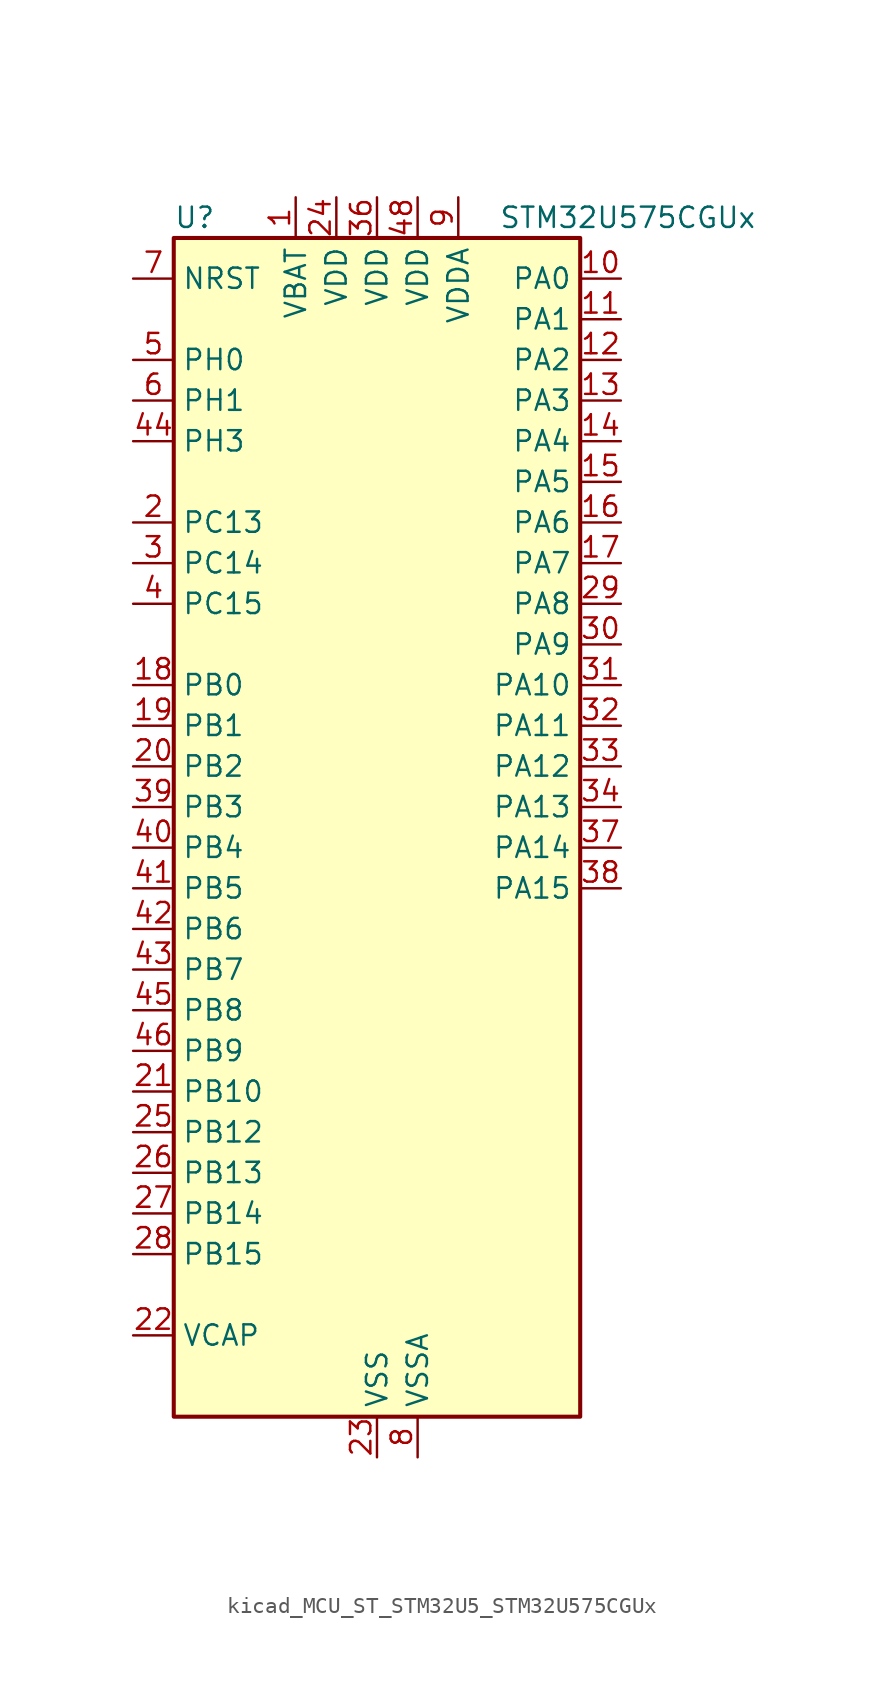
<source format=kicad_sym>
(kicad_symbol_lib
  (version 20220914)
  (generator kicad_symbol_editor)
  (symbol "kicad_MCU_ST_STM32U5_STM32U575CGUx"
    (property "Reference" "U"
      (at -12.7 39.37 0)
      (effects (font (size 1.27 1.27)) (justify left)))
    (property "Value" "STM32U575CGUx"
      (at 7.62 39.37 0)
      (effects (font (size 1.27 1.27)) (justify left)))
    (property "ki_locked" ""
      (at 0 0 0)
      (effects (font (size 1.27 1.27))))
    (symbol "kicad_MCU_ST_STM32U5_STM32U575CGUx_0_1"
      (rectangle (start -12.7 -35.56) (end 12.7 38.1) (stroke (width 0.254) (type default)) (fill (type background))))
    (symbol "kicad_MCU_ST_STM32U5_STM32U575CGUx_1_1"
      (pin power_in line (at -5.08 40.64 270) (length 2.54) (name "VBAT" (effects (font (size 1.27 1.27)))) (number "1" (effects (font (size 1.27 1.27)))))
      (pin bidirectional line (at 15.24 35.56 180) (length 2.54) (name "PA0" (effects (font (size 1.27 1.27)))) (number "10" (effects (font (size 1.27 1.27)))) (alternate "ADC1_IN5" bidirectional line) (alternate "AUDIOCLK" bidirectional line) (alternate "OCTOSPIM_P2_NCS" bidirectional line) (alternate "OPAMP1_VINP" bidirectional line) (alternate "PWR_WKUP1" bidirectional line) (alternate "SPI3_RDY" bidirectional line) (alternate "TAMP_IN2" bidirectional line) (alternate "TAMP_OUT1" bidirectional line) (alternate "TIM2_CH1" bidirectional line) (alternate "TIM2_ETR" bidirectional line) (alternate "TIM5_CH1" bidirectional line) (alternate "TIM8_ETR" bidirectional line) (alternate "UART4_TX" bidirectional line) (alternate "USART2_CTS" bidirectional line))
      (pin bidirectional line (at 15.24 33.02 180) (length 2.54) (name "PA1" (effects (font (size 1.27 1.27)))) (number "11" (effects (font (size 1.27 1.27)))) (alternate "ADC1_IN6" bidirectional line) (alternate "I2C1_SMBA" bidirectional line) (alternate "LPTIM1_CH2" bidirectional line) (alternate "OCTOSPIM_P1_DQS" bidirectional line) (alternate "OPAMP1_VINM" bidirectional line) (alternate "PWR_WKUP3" bidirectional line) (alternate "SPI1_SCK" bidirectional line) (alternate "TAMP_IN5" bidirectional line) (alternate "TAMP_OUT4" bidirectional line) (alternate "TIM15_CH1N" bidirectional line) (alternate "TIM2_CH2" bidirectional line) (alternate "TIM5_CH2" bidirectional line) (alternate "UART4_RX" bidirectional line) (alternate "USART2_DE" bidirectional line) (alternate "USART2_RTS" bidirectional line))
      (pin bidirectional line (at 15.24 30.48 180) (length 2.54) (name "PA2" (effects (font (size 1.27 1.27)))) (number "12" (effects (font (size 1.27 1.27)))) (alternate "ADC1_IN7" bidirectional line) (alternate "COMP1_INP" bidirectional line) (alternate "LPUART1_TX" bidirectional line) (alternate "OCTOSPIM_P1_NCS" bidirectional line) (alternate "PWR_WKUP4" bidirectional line) (alternate "RCC_LSCO" bidirectional line) (alternate "SPI1_RDY" bidirectional line) (alternate "TIM15_CH1" bidirectional line) (alternate "TIM2_CH3" bidirectional line) (alternate "TIM5_CH3" bidirectional line) (alternate "UCPD1_FRSTX1" bidirectional line) (alternate "USART2_TX" bidirectional line))
      (pin bidirectional line (at 15.24 27.94 180) (length 2.54) (name "PA3" (effects (font (size 1.27 1.27)))) (number "13" (effects (font (size 1.27 1.27)))) (alternate "ADC1_IN8" bidirectional line) (alternate "LPUART1_RX" bidirectional line) (alternate "OCTOSPIM_P1_CLK" bidirectional line) (alternate "OPAMP1_VOUT" bidirectional line) (alternate "PWR_WKUP5" bidirectional line) (alternate "SAI1_CK1" bidirectional line) (alternate "SAI1_MCLK_A" bidirectional line) (alternate "TIM15_CH2" bidirectional line) (alternate "TIM2_CH4" bidirectional line) (alternate "TIM5_CH4" bidirectional line) (alternate "USART2_RX" bidirectional line))
      (pin bidirectional line (at 15.24 25.4 180) (length 2.54) (name "PA4" (effects (font (size 1.27 1.27)))) (number "14" (effects (font (size 1.27 1.27)))) (alternate "ADC1_IN9" bidirectional line) (alternate "ADC4_IN9" bidirectional line) (alternate "DAC1_OUT1" bidirectional line) (alternate "LPTIM2_CH1" bidirectional line) (alternate "OCTOSPIM_P1_NCS" bidirectional line) (alternate "PWR_WKUP2" bidirectional line) (alternate "SAI1_FS_B" bidirectional line) (alternate "SPI1_NSS" bidirectional line) (alternate "SPI3_NSS" bidirectional line) (alternate "USART2_CK" bidirectional line))
      (pin bidirectional line (at 15.24 22.86 180) (length 2.54) (name "PA5" (effects (font (size 1.27 1.27)))) (number "15" (effects (font (size 1.27 1.27)))) (alternate "ADC1_IN10" bidirectional line) (alternate "ADC4_IN10" bidirectional line) (alternate "DAC1_OUT2" bidirectional line) (alternate "LPTIM2_ETR" bidirectional line) (alternate "PWR_CSLEEP" bidirectional line) (alternate "PWR_WKUP6" bidirectional line) (alternate "SPI1_SCK" bidirectional line) (alternate "TIM2_CH1" bidirectional line) (alternate "TIM2_ETR" bidirectional line) (alternate "TIM8_CH1N" bidirectional line) (alternate "USART3_RX" bidirectional line))
      (pin bidirectional line (at 15.24 20.32 180) (length 2.54) (name "PA6" (effects (font (size 1.27 1.27)))) (number "16" (effects (font (size 1.27 1.27)))) (alternate "ADC1_IN11" bidirectional line) (alternate "ADC4_IN11" bidirectional line) (alternate "LPUART1_CTS" bidirectional line) (alternate "OCTOSPIM_P1_IO3" bidirectional line) (alternate "OPAMP2_VINP" bidirectional line) (alternate "PWR_CDSTOP" bidirectional line) (alternate "PWR_WKUP7" bidirectional line) (alternate "SPI1_MISO" bidirectional line) (alternate "TIM16_CH1" bidirectional line) (alternate "TIM1_BKIN" bidirectional line) (alternate "TIM3_CH1" bidirectional line) (alternate "TIM8_BKIN" bidirectional line) (alternate "USART3_CTS" bidirectional line))
      (pin bidirectional line (at 15.24 17.78 180) (length 2.54) (name "PA7" (effects (font (size 1.27 1.27)))) (number "17" (effects (font (size 1.27 1.27)))) (alternate "ADC1_IN12" bidirectional line) (alternate "ADC4_IN20" bidirectional line) (alternate "I2C3_SCL" bidirectional line) (alternate "LPTIM2_CH2" bidirectional line) (alternate "OCTOSPIM_P1_IO2" bidirectional line) (alternate "OPAMP2_VINM" bidirectional line) (alternate "PWR_SRDSTOP" bidirectional line) (alternate "PWR_WKUP8" bidirectional line) (alternate "SPI1_MOSI" bidirectional line) (alternate "TIM17_CH1" bidirectional line) (alternate "TIM1_CH1N" bidirectional line) (alternate "TIM3_CH2" bidirectional line) (alternate "TIM8_CH1N" bidirectional line) (alternate "USART3_TX" bidirectional line))
      (pin bidirectional line (at -15.24 10.16 0) (length 2.54) (name "PB0" (effects (font (size 1.27 1.27)))) (number "18" (effects (font (size 1.27 1.27)))) (alternate "ADC1_IN15" bidirectional line) (alternate "ADC4_IN18" bidirectional line) (alternate "AUDIOCLK" bidirectional line) (alternate "COMP1_OUT" bidirectional line) (alternate "LPTIM3_CH1" bidirectional line) (alternate "OCTOSPIM_P1_IO1" bidirectional line) (alternate "OPAMP2_VOUT" bidirectional line) (alternate "SPI1_NSS" bidirectional line) (alternate "TIM1_CH2N" bidirectional line) (alternate "TIM3_CH3" bidirectional line) (alternate "TIM8_CH2N" bidirectional line) (alternate "USART3_CK" bidirectional line))
      (pin bidirectional line (at -15.24 7.62 0) (length 2.54) (name "PB1" (effects (font (size 1.27 1.27)))) (number "19" (effects (font (size 1.27 1.27)))) (alternate "ADC1_IN16" bidirectional line) (alternate "ADC4_IN19" bidirectional line) (alternate "COMP1_INM" bidirectional line) (alternate "LPTIM2_IN1" bidirectional line) (alternate "LPTIM3_CH2" bidirectional line) (alternate "LPUART1_DE" bidirectional line) (alternate "LPUART1_RTS" bidirectional line) (alternate "MDF1_SDI0" bidirectional line) (alternate "OCTOSPIM_P1_IO0" bidirectional line) (alternate "PWR_WKUP4" bidirectional line) (alternate "TIM1_CH3N" bidirectional line) (alternate "TIM3_CH4" bidirectional line) (alternate "TIM8_CH3N" bidirectional line) (alternate "USART3_DE" bidirectional line) (alternate "USART3_RTS" bidirectional line))
      (pin bidirectional line (at -15.24 20.32 0) (length 2.54) (name "PC13" (effects (font (size 1.27 1.27)))) (number "2" (effects (font (size 1.27 1.27)))) (alternate "PWR_WKUP2" bidirectional line) (alternate "RTC_OUT1" bidirectional line) (alternate "RTC_TS" bidirectional line) (alternate "TAMP_IN1" bidirectional line) (alternate "TAMP_OUT2" bidirectional line))
      (pin bidirectional line (at -15.24 5.08 0) (length 2.54) (name "PB2" (effects (font (size 1.27 1.27)))) (number "20" (effects (font (size 1.27 1.27)))) (alternate "ADC1_IN17" bidirectional line) (alternate "COMP1_INP" bidirectional line) (alternate "I2C3_SMBA" bidirectional line) (alternate "LPTIM1_CH1" bidirectional line) (alternate "MDF1_CKI0" bidirectional line) (alternate "OCTOSPIM_P1_DQS" bidirectional line) (alternate "PWR_WKUP1" bidirectional line) (alternate "RTC_OUT2" bidirectional line) (alternate "SPI1_RDY" bidirectional line) (alternate "TIM8_CH4N" bidirectional line) (alternate "UCPD1_FRSTX1" bidirectional line))
      (pin bidirectional line (at -15.24 -15.24 0) (length 2.54) (name "PB10" (effects (font (size 1.27 1.27)))) (number "21" (effects (font (size 1.27 1.27)))) (alternate "COMP1_OUT" bidirectional line) (alternate "I2C2_SCL" bidirectional line) (alternate "I2C4_SCL" bidirectional line) (alternate "LPTIM3_CH1" bidirectional line) (alternate "LPUART1_RX" bidirectional line) (alternate "OCTOSPIM_P1_CLK" bidirectional line) (alternate "PWR_WKUP8" bidirectional line) (alternate "SAI1_SCK_A" bidirectional line) (alternate "SPI2_SCK" bidirectional line) (alternate "TIM2_CH3" bidirectional line) (alternate "TSC_SYNC" bidirectional line) (alternate "USART3_TX" bidirectional line))
      (pin power_out line (at -15.24 -30.48 0) (length 2.54) (name "VCAP" (effects (font (size 1.27 1.27)))) (number "22" (effects (font (size 1.27 1.27)))))
      (pin power_in line (at 0 -38.1 90) (length 2.54) (name "VSS" (effects (font (size 1.27 1.27)))) (number "23" (effects (font (size 1.27 1.27)))))
      (pin power_in line (at -2.54 40.64 270) (length 2.54) (name "VDD" (effects (font (size 1.27 1.27)))) (number "24" (effects (font (size 1.27 1.27)))))
      (pin bidirectional line (at -15.24 -17.78 0) (length 2.54) (name "PB12" (effects (font (size 1.27 1.27)))) (number "25" (effects (font (size 1.27 1.27)))) (alternate "I2C2_SMBA" bidirectional line) (alternate "LPUART1_DE" bidirectional line) (alternate "LPUART1_RTS" bidirectional line) (alternate "MDF1_SDI1" bidirectional line) (alternate "OCTOSPIM_P1_NCLK" bidirectional line) (alternate "SPI2_NSS" bidirectional line) (alternate "TIM15_BKIN" bidirectional line) (alternate "TIM1_BKIN" bidirectional line) (alternate "TSC_G1_IO1" bidirectional line) (alternate "USART3_CK" bidirectional line))
      (pin bidirectional line (at -15.24 -20.32 0) (length 2.54) (name "PB13" (effects (font (size 1.27 1.27)))) (number "26" (effects (font (size 1.27 1.27)))) (alternate "I2C2_SCL" bidirectional line) (alternate "LPTIM3_IN1" bidirectional line) (alternate "LPUART1_CTS" bidirectional line) (alternate "MDF1_CKI1" bidirectional line) (alternate "SPI2_SCK" bidirectional line) (alternate "TIM15_CH1N" bidirectional line) (alternate "TIM1_CH1N" bidirectional line) (alternate "TSC_G1_IO2" bidirectional line) (alternate "USART3_CTS" bidirectional line))
      (pin bidirectional line (at -15.24 -22.86 0) (length 2.54) (name "PB14" (effects (font (size 1.27 1.27)))) (number "27" (effects (font (size 1.27 1.27)))) (alternate "I2C2_SDA" bidirectional line) (alternate "LPTIM3_ETR" bidirectional line) (alternate "MDF1_SDI2" bidirectional line) (alternate "SPI2_MISO" bidirectional line) (alternate "TIM15_CH1" bidirectional line) (alternate "TIM1_CH2N" bidirectional line) (alternate "TIM8_CH2N" bidirectional line) (alternate "TSC_G1_IO3" bidirectional line) (alternate "UCPD1_DBCC2" bidirectional line) (alternate "USART3_DE" bidirectional line) (alternate "USART3_RTS" bidirectional line))
      (pin bidirectional line (at -15.24 -25.4 0) (length 2.54) (name "PB15" (effects (font (size 1.27 1.27)))) (number "28" (effects (font (size 1.27 1.27)))) (alternate "ADC1_EXTI15" bidirectional line) (alternate "ADC4_EXTI15" bidirectional line) (alternate "LPTIM2_IN2" bidirectional line) (alternate "MDF1_CKI2" bidirectional line) (alternate "PWR_WKUP7" bidirectional line) (alternate "RTC_REFIN" bidirectional line) (alternate "SPI2_MOSI" bidirectional line) (alternate "TIM15_CH2" bidirectional line) (alternate "TIM1_CH3N" bidirectional line) (alternate "TIM8_CH3N" bidirectional line) (alternate "UCPD1_CC2" bidirectional line))
      (pin bidirectional line (at 15.24 15.24 180) (length 2.54) (name "PA8" (effects (font (size 1.27 1.27)))) (number "29" (effects (font (size 1.27 1.27)))) (alternate "DEBUG_TRACECLK" bidirectional line) (alternate "LPTIM2_CH1" bidirectional line) (alternate "RCC_MCO" bidirectional line) (alternate "SAI1_CK2" bidirectional line) (alternate "SAI1_SCK_A" bidirectional line) (alternate "SPI1_RDY" bidirectional line) (alternate "TIM1_CH1" bidirectional line) (alternate "USART1_CK" bidirectional line) (alternate "USB_OTG_FS_SOF" bidirectional line))
      (pin bidirectional line (at -15.24 17.78 0) (length 2.54) (name "PC14" (effects (font (size 1.27 1.27)))) (number "3" (effects (font (size 1.27 1.27)))) (alternate "RCC_OSC32_IN" bidirectional line))
      (pin bidirectional line (at 15.24 12.7 180) (length 2.54) (name "PA9" (effects (font (size 1.27 1.27)))) (number "30" (effects (font (size 1.27 1.27)))) (alternate "DAC1_EXTI9" bidirectional line) (alternate "SAI1_FS_A" bidirectional line) (alternate "SPI2_SCK" bidirectional line) (alternate "TIM15_BKIN" bidirectional line) (alternate "TIM1_CH2" bidirectional line) (alternate "USART1_TX" bidirectional line) (alternate "USB_OTG_FS_VBUS" bidirectional line))
      (pin bidirectional line (at 15.24 10.16 180) (length 2.54) (name "PA10" (effects (font (size 1.27 1.27)))) (number "31" (effects (font (size 1.27 1.27)))) (alternate "CRS_SYNC" bidirectional line) (alternate "LPTIM2_IN2" bidirectional line) (alternate "SAI1_D1" bidirectional line) (alternate "SAI1_SD_A" bidirectional line) (alternate "TIM17_BKIN" bidirectional line) (alternate "TIM1_CH3" bidirectional line) (alternate "USART1_RX" bidirectional line) (alternate "USB_OTG_FS_ID" bidirectional line))
      (pin bidirectional line (at 15.24 7.62 180) (length 2.54) (name "PA11" (effects (font (size 1.27 1.27)))) (number "32" (effects (font (size 1.27 1.27)))) (alternate "ADC1_EXTI11" bidirectional line) (alternate "FDCAN1_RX" bidirectional line) (alternate "SPI1_MISO" bidirectional line) (alternate "TIM1_BKIN2" bidirectional line) (alternate "TIM1_CH4" bidirectional line) (alternate "USART1_CTS" bidirectional line) (alternate "USB_OTG_FS_DM" bidirectional line))
      (pin bidirectional line (at 15.24 5.08 180) (length 2.54) (name "PA12" (effects (font (size 1.27 1.27)))) (number "33" (effects (font (size 1.27 1.27)))) (alternate "FDCAN1_TX" bidirectional line) (alternate "OCTOSPIM_P2_NCS" bidirectional line) (alternate "SPI1_MOSI" bidirectional line) (alternate "TIM1_ETR" bidirectional line) (alternate "USART1_DE" bidirectional line) (alternate "USART1_RTS" bidirectional line) (alternate "USB_OTG_FS_DP" bidirectional line))
      (pin bidirectional line (at 15.24 2.54 180) (length 2.54) (name "PA13" (effects (font (size 1.27 1.27)))) (number "34" (effects (font (size 1.27 1.27)))) (alternate "DEBUG_JTMS-SWDIO" bidirectional line) (alternate "IR_OUT" bidirectional line) (alternate "SAI1_SD_B" bidirectional line) (alternate "USB_OTG_FS_NOE" bidirectional line))
      (pin passive line (at 0 -38.1 90) (length 2.54) hide (name "VSS" (effects (font (size 1.27 1.27)))) (number "35" (effects (font (size 1.27 1.27)))))
      (pin power_in line (at 0 40.64 270) (length 2.54) (name "VDD" (effects (font (size 1.27 1.27)))) (number "36" (effects (font (size 1.27 1.27)))))
      (pin bidirectional line (at 15.24 0 180) (length 2.54) (name "PA14" (effects (font (size 1.27 1.27)))) (number "37" (effects (font (size 1.27 1.27)))) (alternate "DEBUG_JTCK-SWCLK" bidirectional line) (alternate "I2C1_SMBA" bidirectional line) (alternate "I2C4_SMBA" bidirectional line) (alternate "LPTIM1_CH1" bidirectional line) (alternate "SAI1_FS_B" bidirectional line) (alternate "USB_OTG_FS_SOF" bidirectional line))
      (pin bidirectional line (at 15.24 -2.54 180) (length 2.54) (name "PA15" (effects (font (size 1.27 1.27)))) (number "38" (effects (font (size 1.27 1.27)))) (alternate "ADC1_EXTI15" bidirectional line) (alternate "ADC4_EXTI15" bidirectional line) (alternate "DEBUG_JTDI" bidirectional line) (alternate "SPI1_NSS" bidirectional line) (alternate "SPI3_NSS" bidirectional line) (alternate "TIM2_CH1" bidirectional line) (alternate "TIM2_ETR" bidirectional line) (alternate "UART4_DE" bidirectional line) (alternate "UART4_RTS" bidirectional line) (alternate "UCPD1_CC1" bidirectional line) (alternate "USART2_RX" bidirectional line) (alternate "USART3_DE" bidirectional line) (alternate "USART3_RTS" bidirectional line))
      (pin bidirectional line (at -15.24 2.54 0) (length 2.54) (name "PB3" (effects (font (size 1.27 1.27)))) (number "39" (effects (font (size 1.27 1.27)))) (alternate "ADF1_CCK0" bidirectional line) (alternate "COMP2_INM" bidirectional line) (alternate "CRS_SYNC" bidirectional line) (alternate "DEBUG_JTDO-SWO" bidirectional line) (alternate "I2C1_SDA" bidirectional line) (alternate "LPTIM1_CH1" bidirectional line) (alternate "SAI1_SCK_B" bidirectional line) (alternate "SPI1_SCK" bidirectional line) (alternate "SPI3_SCK" bidirectional line) (alternate "TIM2_CH2" bidirectional line) (alternate "USART1_DE" bidirectional line) (alternate "USART1_RTS" bidirectional line))
      (pin bidirectional line (at -15.24 15.24 0) (length 2.54) (name "PC15" (effects (font (size 1.27 1.27)))) (number "4" (effects (font (size 1.27 1.27)))) (alternate "ADC1_EXTI15" bidirectional line) (alternate "ADC4_EXTI15" bidirectional line) (alternate "RCC_OSC32_OUT" bidirectional line))
      (pin bidirectional line (at -15.24 0 0) (length 2.54) (name "PB4" (effects (font (size 1.27 1.27)))) (number "40" (effects (font (size 1.27 1.27)))) (alternate "ADF1_SDI0" bidirectional line) (alternate "COMP2_INP" bidirectional line) (alternate "DEBUG_JTRST" bidirectional line) (alternate "I2C3_SDA" bidirectional line) (alternate "LPTIM1_CH2" bidirectional line) (alternate "SAI1_MCLK_B" bidirectional line) (alternate "SPI1_MISO" bidirectional line) (alternate "SPI3_MISO" bidirectional line) (alternate "TIM17_BKIN" bidirectional line) (alternate "TIM3_CH1" bidirectional line) (alternate "TSC_G2_IO1" bidirectional line) (alternate "USART1_CTS" bidirectional line))
      (pin bidirectional line (at -15.24 -2.54 0) (length 2.54) (name "PB5" (effects (font (size 1.27 1.27)))) (number "41" (effects (font (size 1.27 1.27)))) (alternate "COMP2_OUT" bidirectional line) (alternate "I2C1_SMBA" bidirectional line) (alternate "LPTIM1_IN1" bidirectional line) (alternate "OCTOSPIM_P1_NCLK" bidirectional line) (alternate "PWR_WKUP6" bidirectional line) (alternate "SAI1_SD_B" bidirectional line) (alternate "SPI1_MOSI" bidirectional line) (alternate "SPI3_MOSI" bidirectional line) (alternate "TIM16_BKIN" bidirectional line) (alternate "TIM3_CH2" bidirectional line) (alternate "TSC_G2_IO2" bidirectional line) (alternate "UCPD1_DBCC1" bidirectional line) (alternate "USART1_CK" bidirectional line))
      (pin bidirectional line (at -15.24 -5.08 0) (length 2.54) (name "PB6" (effects (font (size 1.27 1.27)))) (number "42" (effects (font (size 1.27 1.27)))) (alternate "COMP2_INP" bidirectional line) (alternate "I2C1_SCL" bidirectional line) (alternate "I2C4_SCL" bidirectional line) (alternate "LPTIM1_ETR" bidirectional line) (alternate "MDF1_SDI5" bidirectional line) (alternate "PWR_WKUP3" bidirectional line) (alternate "SAI1_FS_B" bidirectional line) (alternate "TIM16_CH1N" bidirectional line) (alternate "TIM4_CH1" bidirectional line) (alternate "TIM8_BKIN2" bidirectional line) (alternate "TSC_G2_IO3" bidirectional line) (alternate "USART1_TX" bidirectional line))
      (pin bidirectional line (at -15.24 -7.62 0) (length 2.54) (name "PB7" (effects (font (size 1.27 1.27)))) (number "43" (effects (font (size 1.27 1.27)))) (alternate "COMP2_INM" bidirectional line) (alternate "I2C1_SDA" bidirectional line) (alternate "I2C4_SDA" bidirectional line) (alternate "LPTIM1_IN2" bidirectional line) (alternate "MDF1_CKI5" bidirectional line) (alternate "PWR_PVD_IN" bidirectional line) (alternate "PWR_WKUP4" bidirectional line) (alternate "TIM17_CH1N" bidirectional line) (alternate "TIM4_CH2" bidirectional line) (alternate "TIM8_BKIN" bidirectional line) (alternate "TSC_G2_IO4" bidirectional line) (alternate "UART4_CTS" bidirectional line) (alternate "USART1_RX" bidirectional line))
      (pin bidirectional line (at -15.24 25.4 0) (length 2.54) (name "PH3" (effects (font (size 1.27 1.27)))) (number "44" (effects (font (size 1.27 1.27)))))
      (pin bidirectional line (at -15.24 -10.16 0) (length 2.54) (name "PB8" (effects (font (size 1.27 1.27)))) (number "45" (effects (font (size 1.27 1.27)))) (alternate "FDCAN1_RX" bidirectional line) (alternate "I2C1_SCL" bidirectional line) (alternate "MDF1_CCK0" bidirectional line) (alternate "PWR_WKUP5" bidirectional line) (alternate "SAI1_CK1" bidirectional line) (alternate "SAI1_MCLK_A" bidirectional line) (alternate "SPI3_RDY" bidirectional line) (alternate "TIM16_CH1" bidirectional line) (alternate "TIM4_CH3" bidirectional line))
      (pin bidirectional line (at -15.24 -12.7 0) (length 2.54) (name "PB9" (effects (font (size 1.27 1.27)))) (number "46" (effects (font (size 1.27 1.27)))) (alternate "DAC1_EXTI9" bidirectional line) (alternate "FDCAN1_TX" bidirectional line) (alternate "I2C1_SDA" bidirectional line) (alternate "IR_OUT" bidirectional line) (alternate "SAI1_D2" bidirectional line) (alternate "SAI1_FS_A" bidirectional line) (alternate "SPI2_NSS" bidirectional line) (alternate "TIM17_CH1" bidirectional line) (alternate "TIM4_CH4" bidirectional line))
      (pin passive line (at 0 -38.1 90) (length 2.54) hide (name "VSS" (effects (font (size 1.27 1.27)))) (number "47" (effects (font (size 1.27 1.27)))))
      (pin power_in line (at 2.54 40.64 270) (length 2.54) (name "VDD" (effects (font (size 1.27 1.27)))) (number "48" (effects (font (size 1.27 1.27)))))
      (pin passive line (at 0 -38.1 90) (length 2.54) hide (name "VSS" (effects (font (size 1.27 1.27)))) (number "49" (effects (font (size 1.27 1.27)))))
      (pin bidirectional line (at -15.24 30.48 0) (length 2.54) (name "PH0" (effects (font (size 1.27 1.27)))) (number "5" (effects (font (size 1.27 1.27)))) (alternate "RCC_OSC_IN" bidirectional line))
      (pin bidirectional line (at -15.24 27.94 0) (length 2.54) (name "PH1" (effects (font (size 1.27 1.27)))) (number "6" (effects (font (size 1.27 1.27)))) (alternate "RCC_OSC_OUT" bidirectional line))
      (pin input line (at -15.24 35.56 0) (length 2.54) (name "NRST" (effects (font (size 1.27 1.27)))) (number "7" (effects (font (size 1.27 1.27)))))
      (pin power_in line (at 2.54 -38.1 90) (length 2.54) (name "VSSA" (effects (font (size 1.27 1.27)))) (number "8" (effects (font (size 1.27 1.27)))))
      (pin power_in line (at 5.08 40.64 270) (length 2.54) (name "VDDA" (effects (font (size 1.27 1.27)))) (number "9" (effects (font (size 1.27 1.27))))))))
</source>
